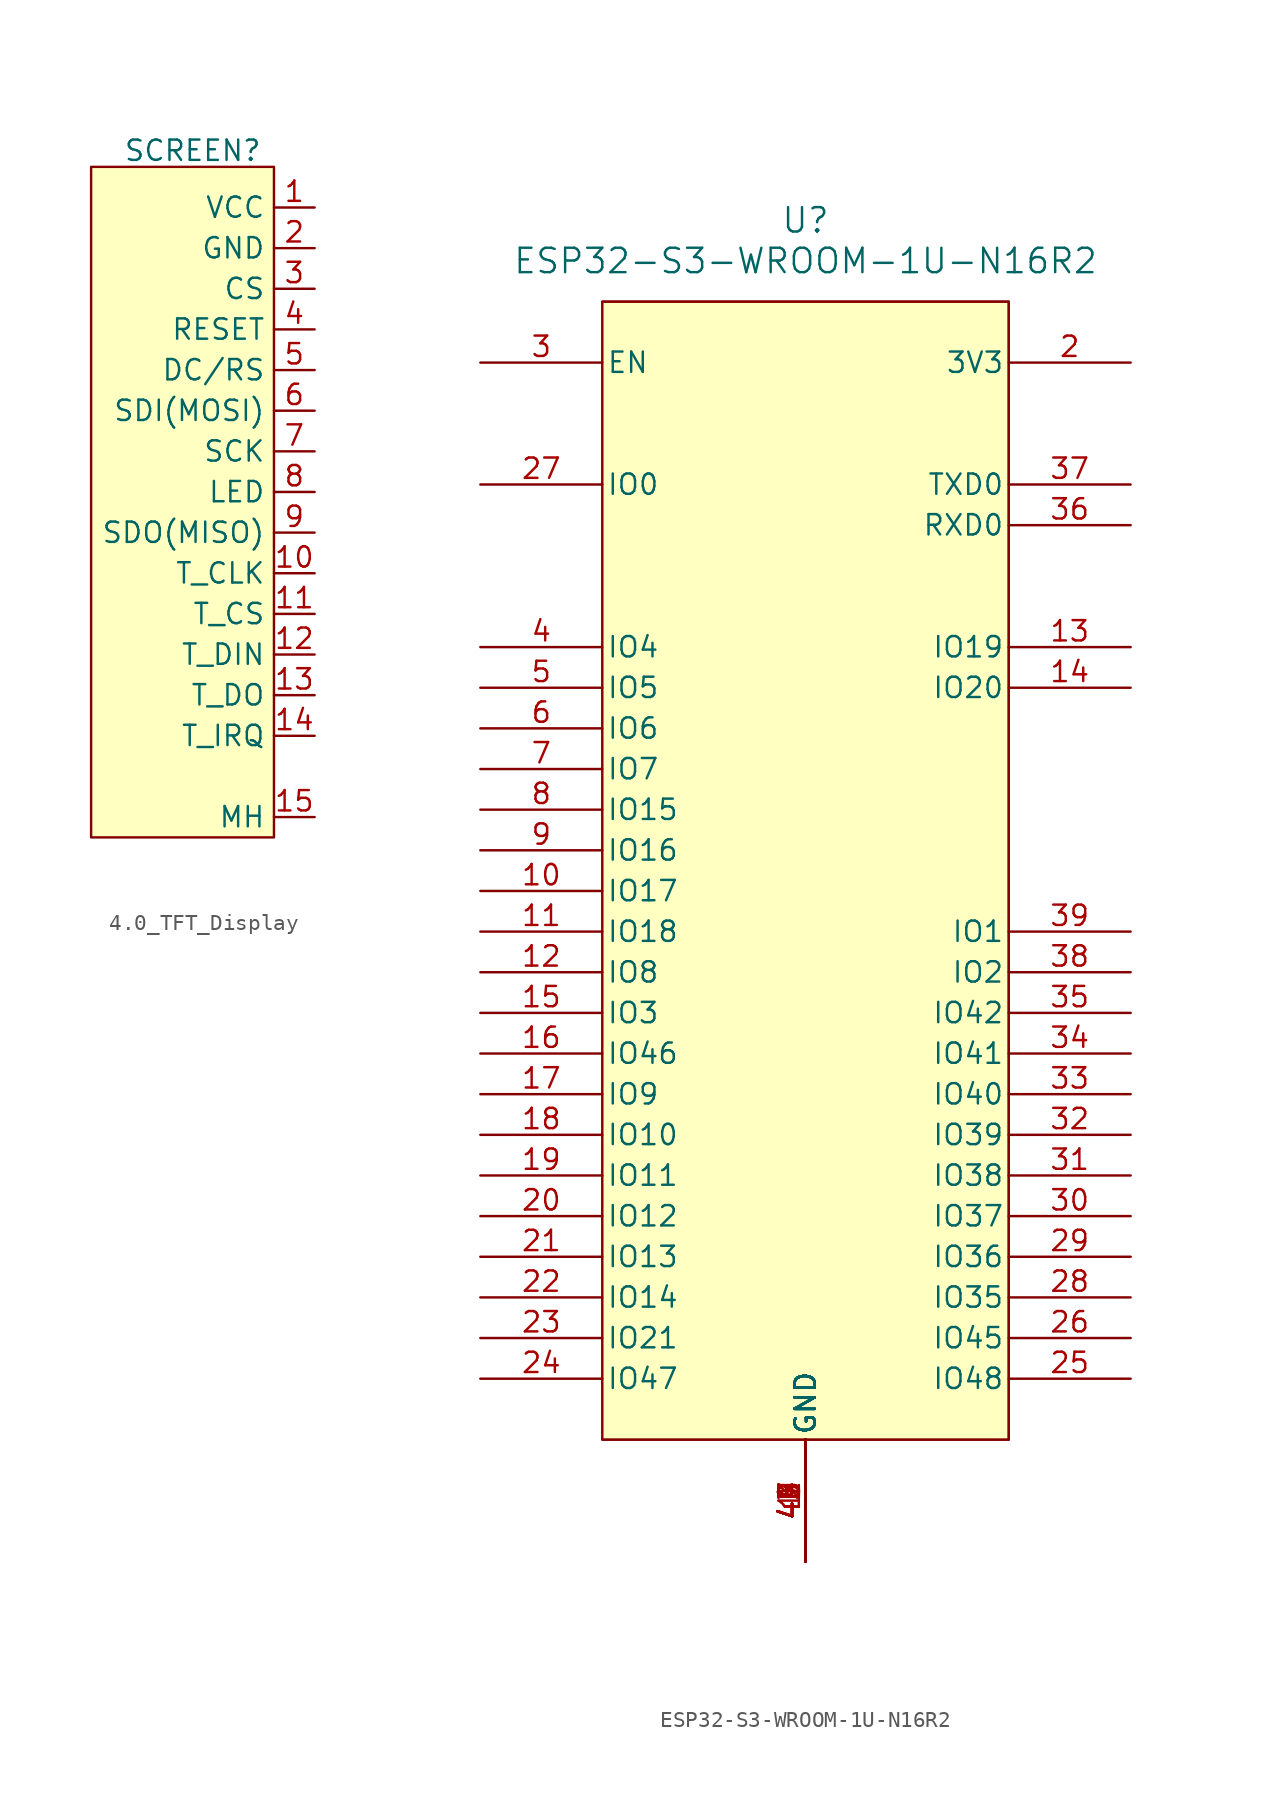
<source format=kicad_sym>
(kicad_symbol_lib
  (version 20231120)
  (generator "kicad_symbol_editor")
  (generator_version "8.0")
  (symbol "4.0_TFT_Display"
    (property "Reference" "SCREEN"
      (at 0 1.016 0)
      (effects (font (size 1.27 1.27))))
    (property "Value" ""
      (at -6.35 -1.27 0)
      (effects (font (size 1.27 1.27))))
    (symbol "4.0_TFT_Display_1_1"
      (rectangle (start -6.35 0) (end 5.08 -41.91) (stroke (width 0) (type default)) (fill (type color) (color 255 255 194 1)))
      (pin bidirectional line (at 7.62 -2.54 180) (length 2.54) (name "VCC" (effects (font (size 1.27 1.27)))) (number "1" (effects (font (size 1.27 1.27)))))
      (pin bidirectional line (at 7.62 -25.4 180) (length 2.54) (name "T_CLK" (effects (font (size 1.27 1.27)))) (number "10" (effects (font (size 1.27 1.27)))))
      (pin bidirectional line (at 7.62 -27.94 180) (length 2.54) (name "T_CS" (effects (font (size 1.27 1.27)))) (number "11" (effects (font (size 1.27 1.27)))))
      (pin bidirectional line (at 7.62 -30.48 180) (length 2.54) (name "T_DIN" (effects (font (size 1.27 1.27)))) (number "12" (effects (font (size 1.27 1.27)))))
      (pin bidirectional line (at 7.62 -33.02 180) (length 2.54) (name "T_DO" (effects (font (size 1.27 1.27)))) (number "13" (effects (font (size 1.27 1.27)))))
      (pin bidirectional line (at 7.62 -35.56 180) (length 2.54) (name "T_IRQ" (effects (font (size 1.27 1.27)))) (number "14" (effects (font (size 1.27 1.27)))))
      (pin bidirectional line (at 7.62 -40.64 180) (length 2.54) (name "MH" (effects (font (size 1.27 1.27)))) (number "15" (effects (font (size 1.27 1.27)))))
      (pin bidirectional line (at 7.62 -5.08 180) (length 2.54) (name "GND" (effects (font (size 1.27 1.27)))) (number "2" (effects (font (size 1.27 1.27)))))
      (pin bidirectional line (at 7.62 -7.62 180) (length 2.54) (name "CS" (effects (font (size 1.27 1.27)))) (number "3" (effects (font (size 1.27 1.27)))))
      (pin bidirectional line (at 7.62 -10.16 180) (length 2.54) (name "RESET" (effects (font (size 1.27 1.27)))) (number "4" (effects (font (size 1.27 1.27)))))
      (pin bidirectional line (at 7.62 -12.7 180) (length 2.54) (name "DC/RS" (effects (font (size 1.27 1.27)))) (number "5" (effects (font (size 1.27 1.27)))))
      (pin bidirectional line (at 7.62 -15.24 180) (length 2.54) (name "SDI(MOSI)" (effects (font (size 1.27 1.27)))) (number "6" (effects (font (size 1.27 1.27)))))
      (pin bidirectional line (at 7.62 -17.78 180) (length 2.54) (name "SCK" (effects (font (size 1.27 1.27)))) (number "7" (effects (font (size 1.27 1.27)))))
      (pin bidirectional line (at 7.62 -20.32 180) (length 2.54) (name "LED" (effects (font (size 1.27 1.27)))) (number "8" (effects (font (size 1.27 1.27)))))
      (pin bidirectional line (at 7.62 -22.86 180) (length 2.54) (name "SDO(MISO)" (effects (font (size 1.27 1.27)))) (number "9" (effects (font (size 1.27 1.27)))))))
  (symbol "ESP32-S3-WROOM-1U-N16R2"
    (pin_names
      (offset 0.254))
    (property "Reference" "U"
      (at 20.32 10.16 0)
      (effects (font (size 1.524 1.524))))
    (property "Value" "ESP32-S3-WROOM-1U-N16R2"
      (at 20.32 7.62 0)
      (effects (font (size 1.524 1.524))))
    (property "ki_locked" ""
      (at 0 0 0)
      (effects (font (size 1.27 1.27))))
    (symbol "ESP32-S3-WROOM-1U-N16R2_0_1"
      (rectangle (start 7.62 5.08) (end 33.02 -66.04) (stroke (width 0) (type default)) (fill (type background))))
    (symbol "ESP32-S3-WROOM-1U-N16R2_1_1"
      (polyline (pts (xy 7.62 -66.04) (xy 33.02 -66.04)) (stroke (width 0.127) (type default)) (fill (type background)))
      (polyline (pts (xy 33.02 -66.04) (xy 33.02 5.08)) (stroke (width 0.127) (type default)) (fill (type none)))
      (polyline (pts (xy 33.02 5.08) (xy 7.62 5.08)) (stroke (width 0.127) (type default)) (fill (type none)))
      (pin power_out line (at 20.32 -73.66 90) (length 7.62) (name "GND" (effects (font (size 1.27 1.27)))) (number "1" (effects (font (size 1.27 1.27)))))
      (pin bidirectional line (at 0 -31.75 0) (length 7.62) (name "IO17" (effects (font (size 1.27 1.27)))) (number "10" (effects (font (size 1.27 1.27)))))
      (pin bidirectional line (at 0 -34.29 0) (length 7.62) (name "IO18" (effects (font (size 1.27 1.27)))) (number "11" (effects (font (size 1.27 1.27)))))
      (pin bidirectional line (at 0 -36.83 0) (length 7.62) (name "IO8" (effects (font (size 1.27 1.27)))) (number "12" (effects (font (size 1.27 1.27)))))
      (pin bidirectional line (at 40.64 -16.51 180) (length 7.62) (name "IO19" (effects (font (size 1.27 1.27)))) (number "13" (effects (font (size 1.27 1.27)))))
      (pin bidirectional line (at 40.64 -19.05 180) (length 7.62) (name "IO20" (effects (font (size 1.27 1.27)))) (number "14" (effects (font (size 1.27 1.27)))))
      (pin bidirectional line (at 0 -39.37 0) (length 7.62) (name "IO3" (effects (font (size 1.27 1.27)))) (number "15" (effects (font (size 1.27 1.27)))))
      (pin bidirectional line (at 0 -41.91 0) (length 7.62) (name "IO46" (effects (font (size 1.27 1.27)))) (number "16" (effects (font (size 1.27 1.27)))))
      (pin bidirectional line (at 0 -44.45 0) (length 7.62) (name "IO9" (effects (font (size 1.27 1.27)))) (number "17" (effects (font (size 1.27 1.27)))))
      (pin bidirectional line (at 0 -46.99 0) (length 7.62) (name "IO10" (effects (font (size 1.27 1.27)))) (number "18" (effects (font (size 1.27 1.27)))))
      (pin bidirectional line (at 0 -49.53 0) (length 7.62) (name "IO11" (effects (font (size 1.27 1.27)))) (number "19" (effects (font (size 1.27 1.27)))))
      (pin power_in line (at 40.64 1.27 180) (length 7.62) (name "3V3" (effects (font (size 1.27 1.27)))) (number "2" (effects (font (size 1.27 1.27)))))
      (pin bidirectional line (at 0 -52.07 0) (length 7.62) (name "IO12" (effects (font (size 1.27 1.27)))) (number "20" (effects (font (size 1.27 1.27)))))
      (pin bidirectional line (at 0 -54.61 0) (length 7.62) (name "IO13" (effects (font (size 1.27 1.27)))) (number "21" (effects (font (size 1.27 1.27)))))
      (pin bidirectional line (at 0 -57.15 0) (length 7.62) (name "IO14" (effects (font (size 1.27 1.27)))) (number "22" (effects (font (size 1.27 1.27)))))
      (pin bidirectional line (at 0 -59.69 0) (length 7.62) (name "IO21" (effects (font (size 1.27 1.27)))) (number "23" (effects (font (size 1.27 1.27)))))
      (pin bidirectional line (at 0 -62.23 0) (length 7.62) (name "IO47" (effects (font (size 1.27 1.27)))) (number "24" (effects (font (size 1.27 1.27)))))
      (pin bidirectional line (at 40.64 -62.23 180) (length 7.62) (name "IO48" (effects (font (size 1.27 1.27)))) (number "25" (effects (font (size 1.27 1.27)))))
      (pin bidirectional line (at 40.64 -59.69 180) (length 7.62) (name "IO45" (effects (font (size 1.27 1.27)))) (number "26" (effects (font (size 1.27 1.27)))))
      (pin bidirectional line (at 0 -6.35 0) (length 7.62) (name "IO0" (effects (font (size 1.27 1.27)))) (number "27" (effects (font (size 1.27 1.27)))))
      (pin bidirectional line (at 40.64 -57.15 180) (length 7.62) (name "IO35" (effects (font (size 1.27 1.27)))) (number "28" (effects (font (size 1.27 1.27)))))
      (pin bidirectional line (at 40.64 -54.61 180) (length 7.62) (name "IO36" (effects (font (size 1.27 1.27)))) (number "29" (effects (font (size 1.27 1.27)))))
      (pin input line (at 0 1.27 0) (length 7.62) (name "EN" (effects (font (size 1.27 1.27)))) (number "3" (effects (font (size 1.27 1.27)))))
      (pin bidirectional line (at 40.64 -52.07 180) (length 7.62) (name "IO37" (effects (font (size 1.27 1.27)))) (number "30" (effects (font (size 1.27 1.27)))))
      (pin bidirectional line (at 40.64 -49.53 180) (length 7.62) (name "IO38" (effects (font (size 1.27 1.27)))) (number "31" (effects (font (size 1.27 1.27)))))
      (pin bidirectional line (at 40.64 -46.99 180) (length 7.62) (name "IO39" (effects (font (size 1.27 1.27)))) (number "32" (effects (font (size 1.27 1.27)))))
      (pin bidirectional line (at 40.64 -44.45 180) (length 7.62) (name "IO40" (effects (font (size 1.27 1.27)))) (number "33" (effects (font (size 1.27 1.27)))))
      (pin bidirectional line (at 40.64 -41.91 180) (length 7.62) (name "IO41" (effects (font (size 1.27 1.27)))) (number "34" (effects (font (size 1.27 1.27)))))
      (pin bidirectional line (at 40.64 -39.37 180) (length 7.62) (name "IO42" (effects (font (size 1.27 1.27)))) (number "35" (effects (font (size 1.27 1.27)))))
      (pin bidirectional line (at 40.64 -8.89 180) (length 7.62) (name "RXD0" (effects (font (size 1.27 1.27)))) (number "36" (effects (font (size 1.27 1.27)))))
      (pin bidirectional line (at 40.64 -6.35 180) (length 7.62) (name "TXD0" (effects (font (size 1.27 1.27)))) (number "37" (effects (font (size 1.27 1.27)))))
      (pin bidirectional line (at 40.64 -36.83 180) (length 7.62) (name "IO2" (effects (font (size 1.27 1.27)))) (number "38" (effects (font (size 1.27 1.27)))))
      (pin bidirectional line (at 40.64 -34.29 180) (length 7.62) (name "IO1" (effects (font (size 1.27 1.27)))) (number "39" (effects (font (size 1.27 1.27)))))
      (pin bidirectional line (at 0 -16.51 0) (length 7.62) (name "IO4" (effects (font (size 1.27 1.27)))) (number "4" (effects (font (size 1.27 1.27)))))
      (pin power_out line (at 20.32 -73.66 90) (length 7.62) (name "GND" (effects (font (size 1.27 1.27)))) (number "40" (effects (font (size 1.27 1.27)))))
      (pin power_out line (at 20.32 -73.66 90) (length 7.62) (name "GND" (effects (font (size 1.27 1.27)))) (number "41" (effects (font (size 1.27 1.27)))))
      (pin power_out line (at 20.32 -73.66 90) (length 7.62) (name "GND" (effects (font (size 1.27 1.27)))) (number "42" (effects (font (size 1.27 1.27)))))
      (pin power_out line (at 20.32 -73.66 90) (length 7.62) (name "GND" (effects (font (size 1.27 1.27)))) (number "43" (effects (font (size 1.27 1.27)))))
      (pin power_out line (at 20.32 -73.66 90) (length 7.62) (name "GND" (effects (font (size 1.27 1.27)))) (number "44" (effects (font (size 1.27 1.27)))))
      (pin power_out line (at 20.32 -73.66 90) (length 7.62) (name "GND" (effects (font (size 1.27 1.27)))) (number "45" (effects (font (size 1.27 1.27)))))
      (pin power_out line (at 20.32 -73.66 90) (length 7.62) (name "GND" (effects (font (size 1.27 1.27)))) (number "46" (effects (font (size 1.27 1.27)))))
      (pin power_out line (at 20.32 -73.66 90) (length 7.62) (name "GND" (effects (font (size 1.27 1.27)))) (number "47" (effects (font (size 1.27 1.27)))))
      (pin power_out line (at 20.32 -73.66 90) (length 7.62) (name "GND" (effects (font (size 1.27 1.27)))) (number "48" (effects (font (size 1.27 1.27)))))
      (pin power_out line (at 20.32 -73.66 90) (length 7.62) (name "GND" (effects (font (size 1.27 1.27)))) (number "49" (effects (font (size 1.27 1.27)))))
      (pin bidirectional line (at 0 -19.05 0) (length 7.62) (name "IO5" (effects (font (size 1.27 1.27)))) (number "5" (effects (font (size 1.27 1.27)))))
      (pin bidirectional line (at 0 -21.59 0) (length 7.62) (name "IO6" (effects (font (size 1.27 1.27)))) (number "6" (effects (font (size 1.27 1.27)))))
      (pin bidirectional line (at 0 -24.13 0) (length 7.62) (name "IO7" (effects (font (size 1.27 1.27)))) (number "7" (effects (font (size 1.27 1.27)))))
      (pin bidirectional line (at 0 -26.67 0) (length 7.62) (name "IO15" (effects (font (size 1.27 1.27)))) (number "8" (effects (font (size 1.27 1.27)))))
      (pin bidirectional line (at 0 -29.21 0) (length 7.62) (name "IO16" (effects (font (size 1.27 1.27)))) (number "9" (effects (font (size 1.27 1.27))))))))
</source>
